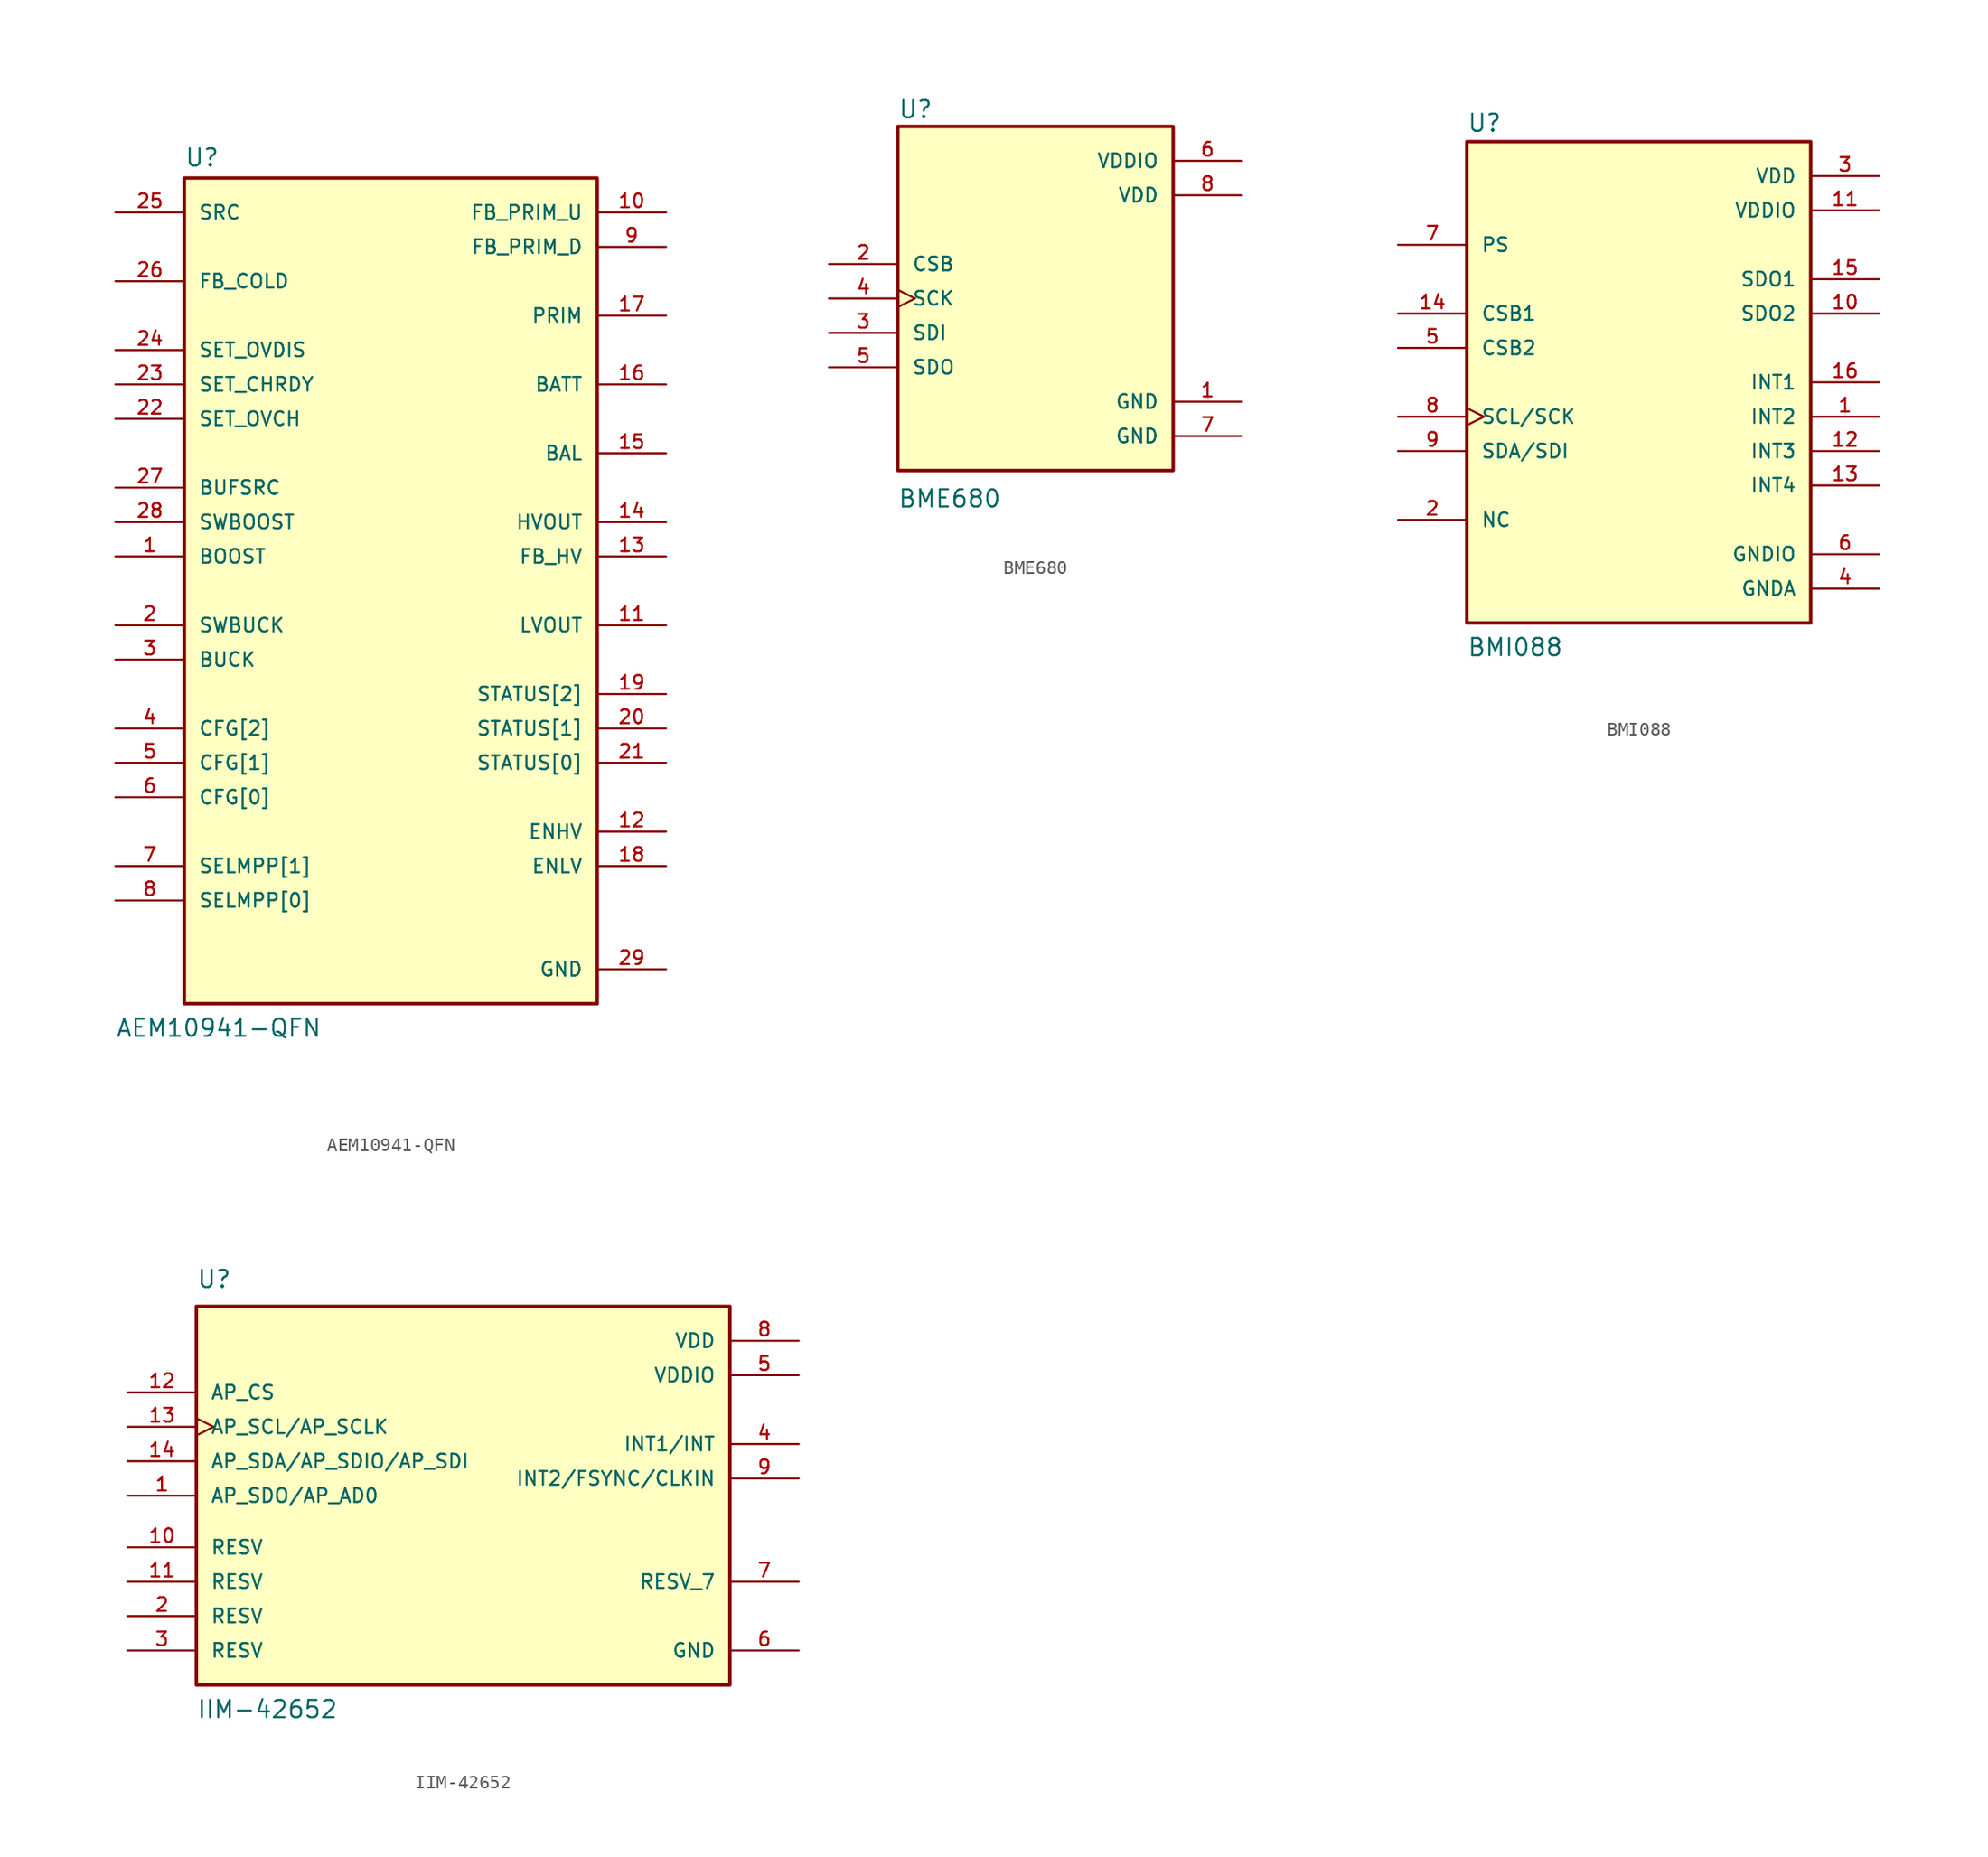
<source format=kicad_sym>
(kicad_symbol_lib
  (version 20211014)
  (generator kicad_symbol_editor)
  (symbol "AEM10941-QFN"
    (pin_names
      (offset 1.016))
    (property "Reference" "U"
      (at -15.24 31.242 0)
      (effects (font (size 1.27 1.27)) (justify left bottom)))
    (property "Value" "AEM10941-QFN"
      (at -20.32 -33.02 0)
      (effects (font (size 1.27 1.27)) (justify left bottom)))
    (symbol "AEM10941-QFN_0_0"
      (rectangle (start -15.24 -30.48) (end 15.24 30.48) (stroke (width 0.254) (type default) (color 0 0 0 0)) (fill (type background)))
      (pin output line (at -20.32 2.54 0) (length 5.08) (name "BOOST" (effects (font (size 1.016 1.016)))) (number "1" (effects (font (size 1.016 1.016)))))
      (pin bidirectional line (at 20.32 27.94 180) (length 5.08) (name "FB_PRIM_U" (effects (font (size 1.016 1.016)))) (number "10" (effects (font (size 1.016 1.016)))))
      (pin output line (at 20.32 -2.54 180) (length 5.08) (name "LVOUT" (effects (font (size 1.016 1.016)))) (number "11" (effects (font (size 1.016 1.016)))))
      (pin input line (at 20.32 -17.78 180) (length 5.08) (name "ENHV" (effects (font (size 1.016 1.016)))) (number "12" (effects (font (size 1.016 1.016)))))
      (pin bidirectional line (at 20.32 2.54 180) (length 5.08) (name "FB_HV" (effects (font (size 1.016 1.016)))) (number "13" (effects (font (size 1.016 1.016)))))
      (pin output line (at 20.32 5.08 180) (length 5.08) (name "HVOUT" (effects (font (size 1.016 1.016)))) (number "14" (effects (font (size 1.016 1.016)))))
      (pin bidirectional line (at 20.32 10.16 180) (length 5.08) (name "BAL" (effects (font (size 1.016 1.016)))) (number "15" (effects (font (size 1.016 1.016)))))
      (pin output line (at 20.32 15.24 180) (length 5.08) (name "BATT" (effects (font (size 1.016 1.016)))) (number "16" (effects (font (size 1.016 1.016)))))
      (pin bidirectional line (at 20.32 20.32 180) (length 5.08) (name "PRIM" (effects (font (size 1.016 1.016)))) (number "17" (effects (font (size 1.016 1.016)))))
      (pin input line (at 20.32 -20.32 180) (length 5.08) (name "ENLV" (effects (font (size 1.016 1.016)))) (number "18" (effects (font (size 1.016 1.016)))))
      (pin output line (at 20.32 -7.62 180) (length 5.08) (name "STATUS[2]" (effects (font (size 1.016 1.016)))) (number "19" (effects (font (size 1.016 1.016)))))
      (pin bidirectional line (at -20.32 -2.54 0) (length 5.08) (name "SWBUCK" (effects (font (size 1.016 1.016)))) (number "2" (effects (font (size 1.016 1.016)))))
      (pin output line (at 20.32 -10.16 180) (length 5.08) (name "STATUS[1]" (effects (font (size 1.016 1.016)))) (number "20" (effects (font (size 1.016 1.016)))))
      (pin output line (at 20.32 -12.7 180) (length 5.08) (name "STATUS[0]" (effects (font (size 1.016 1.016)))) (number "21" (effects (font (size 1.016 1.016)))))
      (pin bidirectional line (at -20.32 12.7 0) (length 5.08) (name "SET_OVCH" (effects (font (size 1.016 1.016)))) (number "22" (effects (font (size 1.016 1.016)))))
      (pin bidirectional line (at -20.32 15.24 0) (length 5.08) (name "SET_CHRDY" (effects (font (size 1.016 1.016)))) (number "23" (effects (font (size 1.016 1.016)))))
      (pin bidirectional line (at -20.32 17.78 0) (length 5.08) (name "SET_OVDIS" (effects (font (size 1.016 1.016)))) (number "24" (effects (font (size 1.016 1.016)))))
      (pin input line (at -20.32 27.94 0) (length 5.08) (name "SRC" (effects (font (size 1.016 1.016)))) (number "25" (effects (font (size 1.016 1.016)))))
      (pin bidirectional line (at -20.32 22.86 0) (length 5.08) (name "FB_COLD" (effects (font (size 1.016 1.016)))) (number "26" (effects (font (size 1.016 1.016)))))
      (pin bidirectional line (at -20.32 7.62 0) (length 5.08) (name "BUFSRC" (effects (font (size 1.016 1.016)))) (number "27" (effects (font (size 1.016 1.016)))))
      (pin bidirectional line (at -20.32 5.08 0) (length 5.08) (name "SWBOOST" (effects (font (size 1.016 1.016)))) (number "28" (effects (font (size 1.016 1.016)))))
      (pin power_in line (at 20.32 -27.94 180) (length 5.08) (name "GND" (effects (font (size 1.016 1.016)))) (number "29" (effects (font (size 1.016 1.016)))))
      (pin output line (at -20.32 -5.08 0) (length 5.08) (name "BUCK" (effects (font (size 1.016 1.016)))) (number "3" (effects (font (size 1.016 1.016)))))
      (pin bidirectional line (at -20.32 -10.16 0) (length 5.08) (name "CFG[2]" (effects (font (size 1.016 1.016)))) (number "4" (effects (font (size 1.016 1.016)))))
      (pin bidirectional line (at -20.32 -12.7 0) (length 5.08) (name "CFG[1]" (effects (font (size 1.016 1.016)))) (number "5" (effects (font (size 1.016 1.016)))))
      (pin bidirectional line (at -20.32 -15.24 0) (length 5.08) (name "CFG[0]" (effects (font (size 1.016 1.016)))) (number "6" (effects (font (size 1.016 1.016)))))
      (pin bidirectional line (at -20.32 -20.32 0) (length 5.08) (name "SELMPP[1]" (effects (font (size 1.016 1.016)))) (number "7" (effects (font (size 1.016 1.016)))))
      (pin bidirectional line (at -20.32 -22.86 0) (length 5.08) (name "SELMPP[0]" (effects (font (size 1.016 1.016)))) (number "8" (effects (font (size 1.016 1.016)))))
      (pin bidirectional line (at 20.32 25.4 180) (length 5.08) (name "FB_PRIM_D" (effects (font (size 1.016 1.016)))) (number "9" (effects (font (size 1.016 1.016)))))))
  (symbol "BME680"
    (pin_names
      (offset 1.016))
    (property "Reference" "U"
      (at -10.16 13.208 0)
      (effects (font (size 1.27 1.27)) (justify left bottom)))
    (property "Value" "BME680"
      (at -10.185 -15.519 0)
      (effects (font (size 1.27 1.27)) (justify left bottom)))
    (symbol "BME680_0_0"
      (rectangle (start -10.16 -12.7) (end 10.16 12.7) (stroke (width 0.254) (type default) (color 0 0 0 0)) (fill (type background)))
      (pin power_in line (at 15.24 -7.62 180) (length 5.08) (name "GND" (effects (font (size 1.016 1.016)))) (number "1" (effects (font (size 1.016 1.016)))))
      (pin input line (at -15.24 2.54 0) (length 5.08) (name "CSB" (effects (font (size 1.016 1.016)))) (number "2" (effects (font (size 1.016 1.016)))))
      (pin bidirectional line (at -15.24 -2.54 0) (length 5.08) (name "SDI" (effects (font (size 1.016 1.016)))) (number "3" (effects (font (size 1.016 1.016)))))
      (pin input clock (at -15.24 0 0) (length 5.08) (name "SCK" (effects (font (size 1.016 1.016)))) (number "4" (effects (font (size 1.016 1.016)))))
      (pin bidirectional line (at -15.24 -5.08 0) (length 5.08) (name "SDO" (effects (font (size 1.016 1.016)))) (number "5" (effects (font (size 1.016 1.016)))))
      (pin power_in line (at 15.24 10.16 180) (length 5.08) (name "VDDIO" (effects (font (size 1.016 1.016)))) (number "6" (effects (font (size 1.016 1.016)))))
      (pin power_in line (at 15.24 -10.16 180) (length 5.08) (name "GND" (effects (font (size 1.016 1.016)))) (number "7" (effects (font (size 1.016 1.016)))))
      (pin power_in line (at 15.24 7.62 180) (length 5.08) (name "VDD" (effects (font (size 1.016 1.016)))) (number "8" (effects (font (size 1.016 1.016)))))))
  (symbol "BMI088"
    (pin_names
      (offset 1.016))
    (property "Reference" "U"
      (at -12.7 18.415 0)
      (effects (font (size 1.27 1.27)) (justify left bottom)))
    (property "Value" "BMI088"
      (at -12.7 -20.32 0)
      (effects (font (size 1.27 1.27)) (justify left bottom)))
    (symbol "BMI088_0_0"
      (rectangle (start -12.7 -17.78) (end 12.7 17.78) (stroke (width 0.254) (type default) (color 0 0 0 0)) (fill (type background)))
      (pin bidirectional line (at 17.78 -2.54 180) (length 5.08) (name "INT2" (effects (font (size 1.016 1.016)))) (number "1" (effects (font (size 1.016 1.016)))))
      (pin output line (at 17.78 5.08 180) (length 5.08) (name "SDO2" (effects (font (size 1.016 1.016)))) (number "10" (effects (font (size 1.016 1.016)))))
      (pin power_in line (at 17.78 12.7 180) (length 5.08) (name "VDDIO" (effects (font (size 1.016 1.016)))) (number "11" (effects (font (size 1.016 1.016)))))
      (pin bidirectional line (at 17.78 -5.08 180) (length 5.08) (name "INT3" (effects (font (size 1.016 1.016)))) (number "12" (effects (font (size 1.016 1.016)))))
      (pin bidirectional line (at 17.78 -7.62 180) (length 5.08) (name "INT4" (effects (font (size 1.016 1.016)))) (number "13" (effects (font (size 1.016 1.016)))))
      (pin input line (at -17.78 5.08 0) (length 5.08) (name "CSB1" (effects (font (size 1.016 1.016)))) (number "14" (effects (font (size 1.016 1.016)))))
      (pin output line (at 17.78 7.62 180) (length 5.08) (name "SDO1" (effects (font (size 1.016 1.016)))) (number "15" (effects (font (size 1.016 1.016)))))
      (pin bidirectional line (at 17.78 0 180) (length 5.08) (name "INT1" (effects (font (size 1.016 1.016)))) (number "16" (effects (font (size 1.016 1.016)))))
      (pin passive line (at -17.78 -10.16 0) (length 5.08) (name "NC" (effects (font (size 1.016 1.016)))) (number "2" (effects (font (size 1.016 1.016)))))
      (pin power_in line (at 17.78 15.24 180) (length 5.08) (name "VDD" (effects (font (size 1.016 1.016)))) (number "3" (effects (font (size 1.016 1.016)))))
      (pin power_in line (at 17.78 -15.24 180) (length 5.08) (name "GNDA" (effects (font (size 1.016 1.016)))) (number "4" (effects (font (size 1.016 1.016)))))
      (pin input line (at -17.78 2.54 0) (length 5.08) (name "CSB2" (effects (font (size 1.016 1.016)))) (number "5" (effects (font (size 1.016 1.016)))))
      (pin power_in line (at 17.78 -12.7 180) (length 5.08) (name "GNDIO" (effects (font (size 1.016 1.016)))) (number "6" (effects (font (size 1.016 1.016)))))
      (pin input line (at -17.78 10.16 0) (length 5.08) (name "PS" (effects (font (size 1.016 1.016)))) (number "7" (effects (font (size 1.016 1.016)))))
      (pin input clock (at -17.78 -2.54 0) (length 5.08) (name "SCL/SCK" (effects (font (size 1.016 1.016)))) (number "8" (effects (font (size 1.016 1.016)))))
      (pin bidirectional line (at -17.78 -5.08 0) (length 5.08) (name "SDA/SDI" (effects (font (size 1.016 1.016)))) (number "9" (effects (font (size 1.016 1.016)))))))
  (symbol "IIM-42652"
    (pin_names
      (offset 1.016))
    (property "Reference" "U"
      (at -21.59 15.24 0)
      (effects (font (size 1.27 1.27)) (justify left bottom)))
    (property "Value" "IIM-42652"
      (at -21.59 -16.51 0)
      (effects (font (size 1.27 1.27)) (justify left bottom)))
    (symbol "IIM-42652_0_0"
      (rectangle (start -21.59 13.97) (end 17.78 -13.97) (stroke (width 0.254) (type default) (color 0 0 0 0)) (fill (type background)))
      (pin bidirectional line (at -26.67 0 0) (length 5.08) (name "AP_SDO/AP_AD0" (effects (font (size 1.016 1.016)))) (number "1" (effects (font (size 1.016 1.016)))))
      (pin passive line (at -26.67 -3.81 0) (length 5.08) (name "RESV" (effects (font (size 1.016 1.016)))) (number "10" (effects (font (size 1.016 1.016)))))
      (pin passive line (at -26.67 -6.35 0) (length 5.08) (name "RESV" (effects (font (size 1.016 1.016)))) (number "11" (effects (font (size 1.016 1.016)))))
      (pin input line (at -26.67 7.62 0) (length 5.08) (name "AP_CS" (effects (font (size 1.016 1.016)))) (number "12" (effects (font (size 1.016 1.016)))))
      (pin input clock (at -26.67 5.08 0) (length 5.08) (name "AP_SCL/AP_SCLK" (effects (font (size 1.016 1.016)))) (number "13" (effects (font (size 1.016 1.016)))))
      (pin bidirectional line (at -26.67 2.54 0) (length 5.08) (name "AP_SDA/AP_SDIO/AP_SDI" (effects (font (size 1.016 1.016)))) (number "14" (effects (font (size 1.016 1.016)))))
      (pin passive line (at -26.67 -8.89 0) (length 5.08) (name "RESV" (effects (font (size 1.016 1.016)))) (number "2" (effects (font (size 1.016 1.016)))))
      (pin passive line (at -26.67 -11.43 0) (length 5.08) (name "RESV" (effects (font (size 1.016 1.016)))) (number "3" (effects (font (size 1.016 1.016)))))
      (pin output line (at 22.86 3.81 180) (length 5.08) (name "INT1/INT" (effects (font (size 1.016 1.016)))) (number "4" (effects (font (size 1.016 1.016)))))
      (pin power_in line (at 22.86 8.89 180) (length 5.08) (name "VDDIO" (effects (font (size 1.016 1.016)))) (number "5" (effects (font (size 1.016 1.016)))))
      (pin power_in line (at 22.86 -11.43 180) (length 5.08) (name "GND" (effects (font (size 1.016 1.016)))) (number "6" (effects (font (size 1.016 1.016)))))
      (pin passive line (at 22.86 -6.35 180) (length 5.08) (name "RESV_7" (effects (font (size 1.016 1.016)))) (number "7" (effects (font (size 1.016 1.016)))))
      (pin power_in line (at 22.86 11.43 180) (length 5.08) (name "VDD" (effects (font (size 1.016 1.016)))) (number "8" (effects (font (size 1.016 1.016)))))
      (pin bidirectional line (at 22.86 1.27 180) (length 5.08) (name "INT2/FSYNC/CLKIN" (effects (font (size 1.016 1.016)))) (number "9" (effects (font (size 1.016 1.016))))))))
</source>
